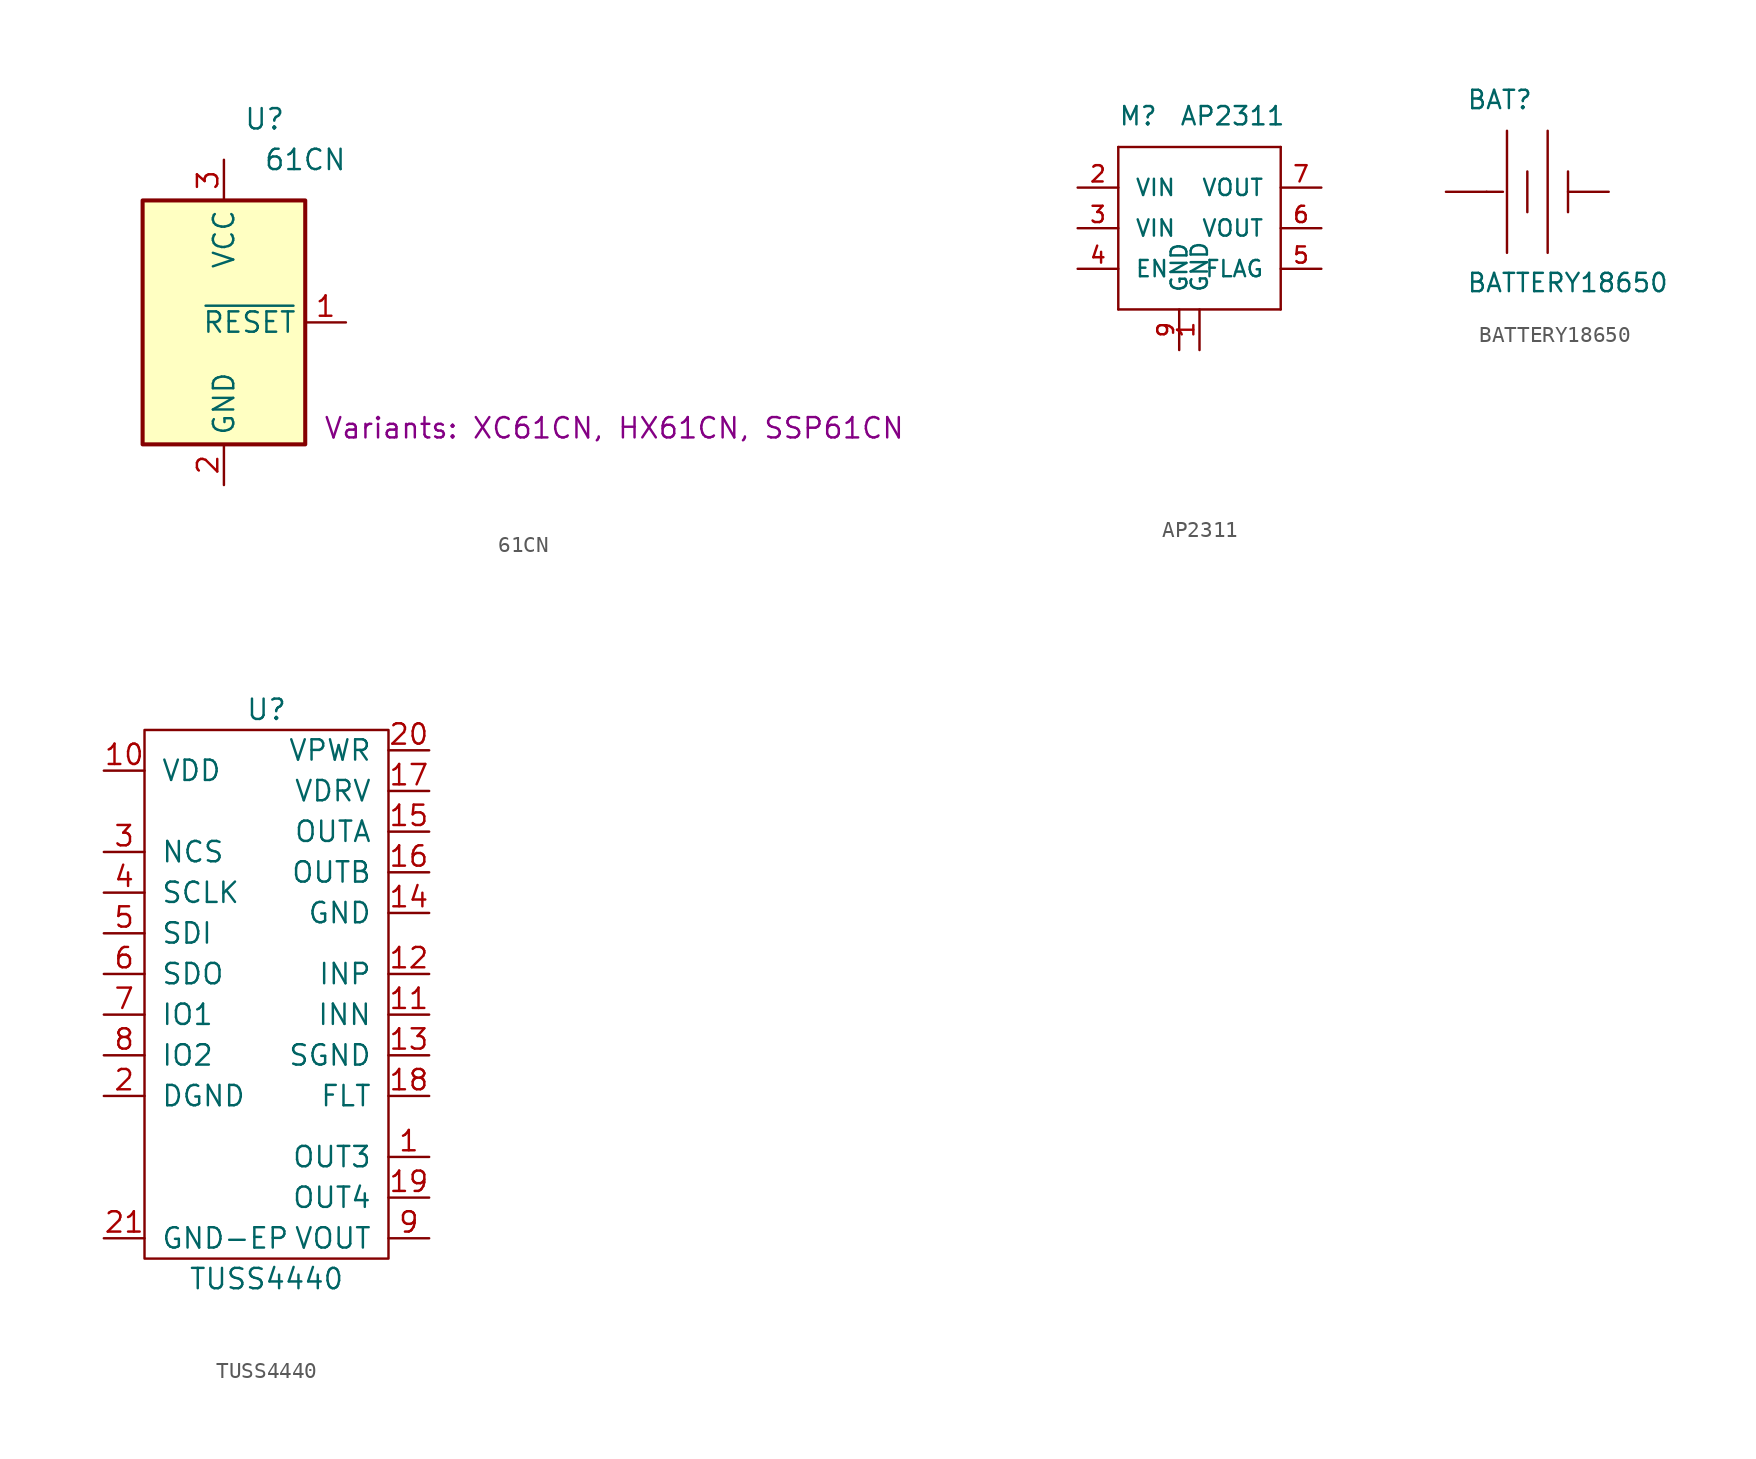
<source format=kicad_sym>
(kicad_symbol_lib
  (version 20231120)
  (generator "kicad_symbol_editor")
  (generator_version "8.0")
  (symbol "61CN"
    (property "Reference" "U"
      (at 2.54 12.7 0)
      (effects (font (size 1.27 1.27))))
    (property "Value" "61CN"
      (at 5.08 10.16 0)
      (effects (font (size 1.27 1.27))))
    (property "Comment" "Variants: XC61CN, HX61CN, SSP61CN"
      (at 24.384 -6.604 0)
      (effects (font (size 1.27 1.27))))
    (symbol "61CN_0_1"
      (rectangle (start -5.08 7.62) (end 5.08 -7.62) (stroke (width 0.254) (type solid)) (fill (type background))))
    (symbol "61CN_1_1"
      (pin output line (at 7.62 0 180) (length 2.54) (name "~{RESET}" (effects (font (size 1.27 1.27)))) (number "1" (effects (font (size 1.27 1.27)))))
      (pin power_in line (at 0 -10.16 90) (length 2.54) (name "GND" (effects (font (size 1.27 1.27)))) (number "2" (effects (font (size 1.27 1.27)))))
      (pin power_in line (at 0 10.16 270) (length 2.54) (name "VCC" (effects (font (size 1.27 1.27)))) (number "3" (effects (font (size 1.27 1.27)))))))
  (symbol "AP2311"
    (pin_names
      (offset 1.016))
    (property "Reference" "M"
      (at -5.08 6.35 0)
      (effects (font (size 1.143 1.143)) (justify left bottom)))
    (property "Value" "AP2311"
      (at -1.27 6.35 0)
      (effects (font (size 1.143 1.143)) (justify left bottom)))
    (property "Datasheet" ""
      (at 6.35 -15.24 0)
      (effects (font (size 1.524 1.524))))
    (symbol "AP2311_1_0"
      (polyline (pts (xy -5.08 -5.08) (xy -5.08 5.08)) (stroke (width 0) (type solid)) (fill (type none)))
      (polyline (pts (xy -5.08 5.08) (xy 5.08 5.08)) (stroke (width 0) (type solid)) (fill (type none)))
      (polyline (pts (xy 5.08 -5.08) (xy -5.08 -5.08)) (stroke (width 0) (type solid)) (fill (type none)))
      (polyline (pts (xy 5.08 5.08) (xy 5.08 -5.08)) (stroke (width 0) (type solid)) (fill (type none))))
    (symbol "AP2311_1_1"
      (pin power_in line (at 0 -7.62 90) (length 2.54) (name "GND" (effects (font (size 1.016 1.016)))) (number "1" (effects (font (size 1.016 1.016)))))
      (pin power_in line (at -7.62 2.54 0) (length 2.54) (name "VIN" (effects (font (size 1.016 1.016)))) (number "2" (effects (font (size 1.016 1.016)))))
      (pin power_in line (at -7.62 0 0) (length 2.54) (name "VIN" (effects (font (size 1.016 1.016)))) (number "3" (effects (font (size 1.016 1.016)))))
      (pin input line (at -7.62 -2.54 0) (length 2.54) (name "EN" (effects (font (size 1.016 1.016)))) (number "4" (effects (font (size 1.016 1.016)))))
      (pin open_collector line (at 7.62 -2.54 180) (length 2.54) (name "FLAG" (effects (font (size 1.016 1.016)))) (number "5" (effects (font (size 1.016 1.016)))))
      (pin passive line (at 7.62 0 180) (length 2.54) (name "VOUT" (effects (font (size 1.016 1.016)))) (number "6" (effects (font (size 1.016 1.016)))))
      (pin power_out line (at 7.62 2.54 180) (length 2.54) (name "VOUT" (effects (font (size 1.016 1.016)))) (number "7" (effects (font (size 1.016 1.016)))))
      (pin no_connect line (at -1.27 7.62 270) (length 2.54) hide (name "NC" (effects (font (size 0.991 0.991)))) (number "8" (effects (font (size 0.991 0.991)))))
      (pin power_in line (at -1.27 -7.62 90) (length 2.54) (name "GND" (effects (font (size 0.991 0.991)))) (number "9" (effects (font (size 0.991 0.991)))))))
  (symbol "BATTERY18650"
    (pin_numbers hide)
    (pin_names
      (offset 1.016) hide)
    (property "Reference" "BAT"
      (at -3.81 5.08 0)
      (effects (font (size 1.143 1.143)) (justify left bottom)))
    (property "Value" "BATTERY18650"
      (at -3.81 -6.35 0)
      (effects (font (size 1.143 1.143)) (justify left bottom)))
    (property "Datasheet" ""
      (at 0 0 0)
      (effects (font (size 1.524 1.524))))
    (property "ki_locked" ""
      (at 0 0 0)
      (effects (font (size 1.27 1.27))))
    (symbol "BATTERY18650_1_0"
      (polyline (pts (xy -2.54 0) (xy -1.524 0)) (stroke (width 0) (type solid)) (fill (type none)))
      (polyline (pts (xy -1.27 3.81) (xy -1.27 -3.81)) (stroke (width 0) (type solid)) (fill (type none)))
      (polyline (pts (xy 0 1.27) (xy 0 -1.27)) (stroke (width 0) (type solid)) (fill (type none)))
      (polyline (pts (xy 1.27 3.81) (xy 1.27 -3.81)) (stroke (width 0) (type solid)) (fill (type none)))
      (polyline (pts (xy 2.54 1.27) (xy 2.54 -1.27)) (stroke (width 0) (type solid)) (fill (type none))))
    (symbol "BATTERY18650_1_1"
      (pin power_in line (at 5.08 0 180) (length 2.54) (name "-" (effects (font (size 1.016 1.016)))) (number "GND@" (effects (font (size 1.016 1.016)))))
      (pin power_in line (at -5.08 0 0) (length 2.54) (name "+" (effects (font (size 1.016 1.016)))) (number "PWR@" (effects (font (size 1.016 1.016)))))))
  (symbol "TUSS4440"
    (pin_names
      (offset 1.016))
    (property "Reference" "U"
      (at 0 13.97 0)
      (effects (font (size 1.27 1.27))))
    (property "Value" "TUSS4440"
      (at 0 -21.59 0)
      (effects (font (size 1.27 1.27))))
    (symbol "TUSS4440_0_1"
      (rectangle (start -7.62 12.7) (end 7.62 -20.32) (stroke (width 0) (type solid)) (fill (type none))))
    (symbol "TUSS4440_1_1"
      (pin input line (at 10.16 -13.97 180) (length 2.54) (name "OUT3" (effects (font (size 1.27 1.27)))) (number "1" (effects (font (size 1.27 1.27)))))
      (pin power_in line (at -10.16 10.16 0) (length 2.54) (name "VDD" (effects (font (size 1.27 1.27)))) (number "10" (effects (font (size 1.27 1.27)))))
      (pin input line (at 10.16 -5.08 180) (length 2.54) (name "INN" (effects (font (size 1.27 1.27)))) (number "11" (effects (font (size 1.27 1.27)))))
      (pin input line (at 10.16 -2.54 180) (length 2.54) (name "INP" (effects (font (size 1.27 1.27)))) (number "12" (effects (font (size 1.27 1.27)))))
      (pin input line (at 10.16 -7.62 180) (length 2.54) (name "SGND" (effects (font (size 1.27 1.27)))) (number "13" (effects (font (size 1.27 1.27)))))
      (pin input line (at 10.16 1.27 180) (length 2.54) (name "GND" (effects (font (size 1.27 1.27)))) (number "14" (effects (font (size 1.27 1.27)))))
      (pin input line (at 10.16 6.35 180) (length 2.54) (name "OUTA" (effects (font (size 1.27 1.27)))) (number "15" (effects (font (size 1.27 1.27)))))
      (pin input line (at 10.16 3.81 180) (length 2.54) (name "OUTB" (effects (font (size 1.27 1.27)))) (number "16" (effects (font (size 1.27 1.27)))))
      (pin power_out line (at 10.16 8.89 180) (length 2.54) (name "VDRV" (effects (font (size 1.27 1.27)))) (number "17" (effects (font (size 1.27 1.27)))))
      (pin input line (at 10.16 -10.16 180) (length 2.54) (name "FLT" (effects (font (size 1.27 1.27)))) (number "18" (effects (font (size 1.27 1.27)))))
      (pin input line (at 10.16 -16.51 180) (length 2.54) (name "OUT4" (effects (font (size 1.27 1.27)))) (number "19" (effects (font (size 1.27 1.27)))))
      (pin input line (at -10.16 -10.16 0) (length 2.54) (name "DGND" (effects (font (size 1.27 1.27)))) (number "2" (effects (font (size 1.27 1.27)))))
      (pin power_in line (at 10.16 11.43 180) (length 2.54) (name "VPWR" (effects (font (size 1.27 1.27)))) (number "20" (effects (font (size 1.27 1.27)))))
      (pin input line (at -10.16 -19.05 0) (length 2.54) (name "GND-EP" (effects (font (size 1.27 1.27)))) (number "21" (effects (font (size 1.27 1.27)))))
      (pin input line (at -10.16 5.08 0) (length 2.54) (name "NCS" (effects (font (size 1.27 1.27)))) (number "3" (effects (font (size 1.27 1.27)))))
      (pin input line (at -10.16 2.54 0) (length 2.54) (name "SCLK" (effects (font (size 1.27 1.27)))) (number "4" (effects (font (size 1.27 1.27)))))
      (pin input line (at -10.16 0 0) (length 2.54) (name "SDI" (effects (font (size 1.27 1.27)))) (number "5" (effects (font (size 1.27 1.27)))))
      (pin output line (at -10.16 -2.54 0) (length 2.54) (name "SDO" (effects (font (size 1.27 1.27)))) (number "6" (effects (font (size 1.27 1.27)))))
      (pin bidirectional line (at -10.16 -5.08 0) (length 2.54) (name "IO1" (effects (font (size 1.27 1.27)))) (number "7" (effects (font (size 1.27 1.27)))))
      (pin bidirectional line (at -10.16 -7.62 0) (length 2.54) (name "IO2" (effects (font (size 1.27 1.27)))) (number "8" (effects (font (size 1.27 1.27)))))
      (pin input line (at 10.16 -19.05 180) (length 2.54) (name "VOUT" (effects (font (size 1.27 1.27)))) (number "9" (effects (font (size 1.27 1.27))))))))
</source>
